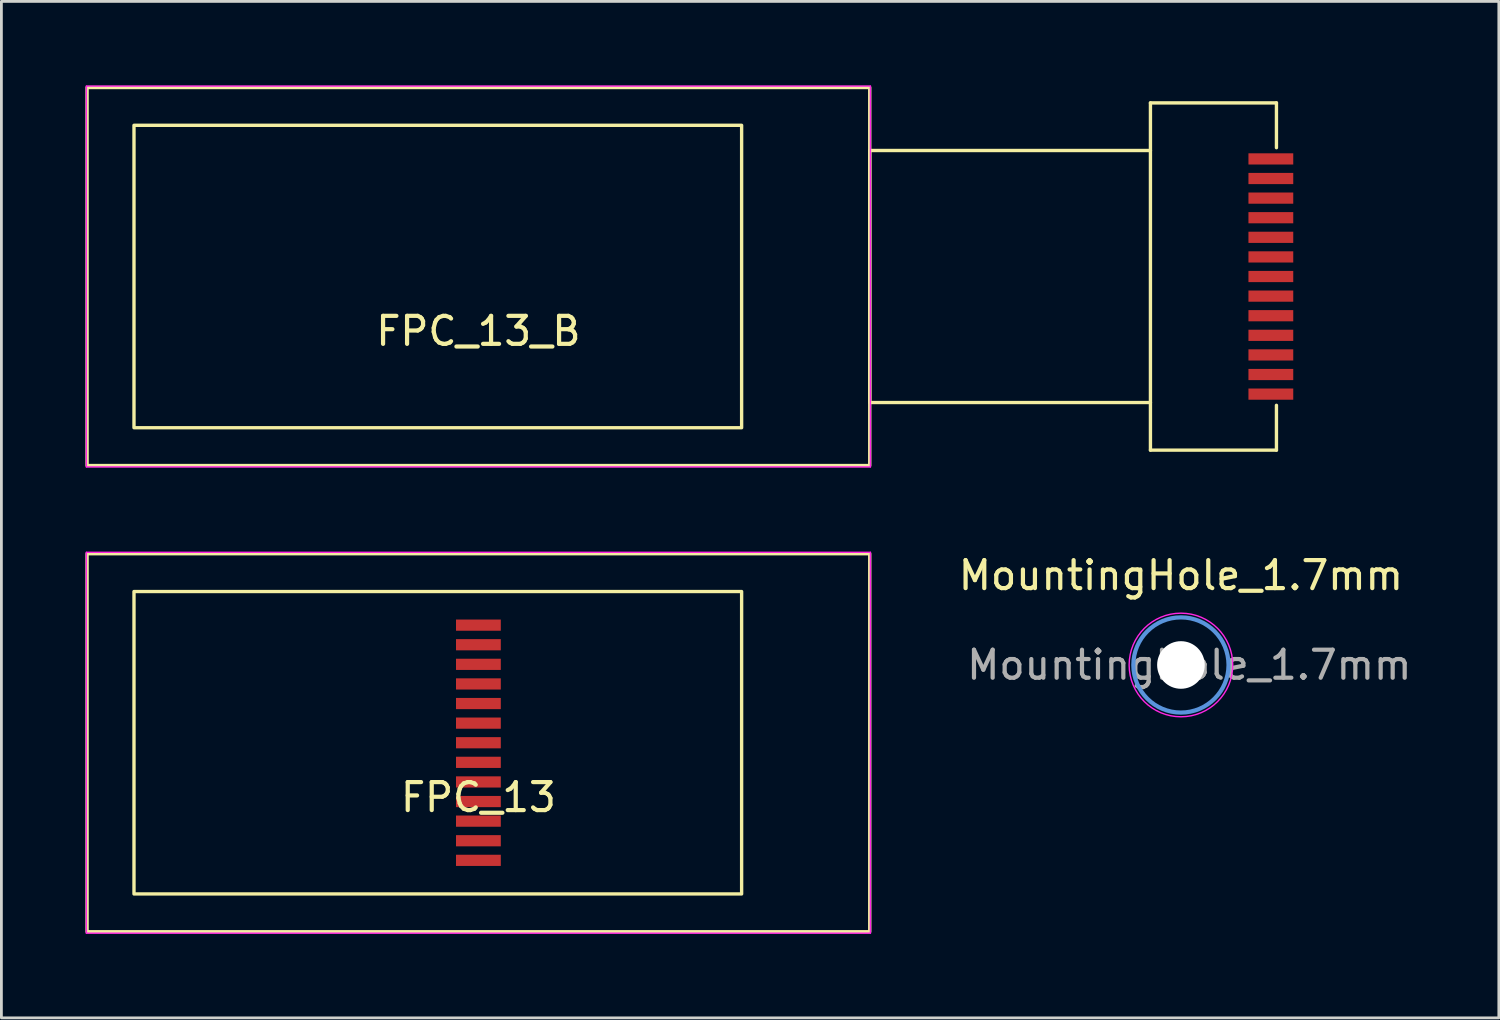
<source format=kicad_pcb>
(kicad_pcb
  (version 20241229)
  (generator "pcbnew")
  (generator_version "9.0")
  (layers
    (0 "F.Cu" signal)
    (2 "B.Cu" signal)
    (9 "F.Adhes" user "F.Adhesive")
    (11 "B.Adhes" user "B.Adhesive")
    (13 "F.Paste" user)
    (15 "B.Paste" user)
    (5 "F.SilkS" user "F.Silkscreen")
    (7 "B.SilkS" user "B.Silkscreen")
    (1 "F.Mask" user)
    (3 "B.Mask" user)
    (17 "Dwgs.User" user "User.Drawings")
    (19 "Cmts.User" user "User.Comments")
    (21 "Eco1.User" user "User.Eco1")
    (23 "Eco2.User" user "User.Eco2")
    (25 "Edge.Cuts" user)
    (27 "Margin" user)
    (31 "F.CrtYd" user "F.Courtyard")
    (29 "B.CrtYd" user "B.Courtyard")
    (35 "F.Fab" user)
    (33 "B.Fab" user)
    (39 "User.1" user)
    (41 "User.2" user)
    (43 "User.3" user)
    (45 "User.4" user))
  (footprint "MountingHole_1.7mm"
    (layer "F.Cu")
    (at 39.124 20.698)
    (property "Reference" "MountingHole_1.7mm" (at 0 -3.2 0) (layer "F.SilkS") (effects (font (size 1 1) (thickness 0.15))))
    (attr exclude_from_pos_files exclude_from_bom)
    (fp_circle (center 0 0) (end 1.7 0) (stroke (width 0.15) (type solid)) (fill no) (layer "Cmts.User"))
    (fp_circle (center 0 0) (end 1.85 0) (stroke (width 0.05) (type solid)) (fill no) (layer "F.CrtYd"))
    (fp_text user "${REFERENCE}" (at 0.3 0 0) (layer "F.Fab") (effects (font (size 1 1) (thickness 0.15))))
    (pad "" np_thru_hole circle (at 0 0) (size 1.7 1.7) (drill 1.7) (layers "*.Cu" "*.Mask")))
  (footprint "FPC_13_B"
    (layer "F.Cu")
    (at 14.035 6.825)
    (property "Reference" "FPC_13_B" (at 0 1.95 0) (layer "F.SilkS") (effects (font (size 1 1) (thickness 0.15))))
    (attr through_hole)
    (fp_line (start 24 -6.2) (end 28.5 -6.2) (stroke (width 0.12) (type solid)) (layer "F.SilkS"))
    (fp_line (start 24 -4.5) (end 24 -6.2) (stroke (width 0.12) (type solid)) (layer "F.SilkS"))
    (fp_line (start 24 4.5) (end 24 6.2) (stroke (width 0.12) (type solid)) (layer "F.SilkS"))
    (fp_line (start 24 6.2) (end 28.5 6.2) (stroke (width 0.12) (type solid)) (layer "F.SilkS"))
    (fp_line (start 28.5 -6.2) (end 28.5 -4.6) (stroke (width 0.12) (type solid)) (layer "F.SilkS"))
    (fp_line (start 28.5 6.2) (end 28.5 4.6) (stroke (width 0.12) (type solid)) (layer "F.SilkS"))
    (fp_rect (start -13.975 -6.75) (end 13.975 6.75) (stroke (width 0.12) (type solid)) (fill no) (layer "F.SilkS"))
    (fp_rect (start -12.3 -5.4) (end 9.4 5.4) (stroke (width 0.12) (type solid)) (fill no) (layer "F.SilkS"))
    (fp_rect (start 13.975 -4.5) (end 24 4.5) (stroke (width 0.12) (type solid)) (fill no) (layer "F.SilkS"))
    (fp_line (start -14 -6.8) (end -14 6.8) (stroke (width 0.05) (type solid)) (layer "F.CrtYd"))
    (fp_line (start -14 -6.8) (end 14 -6.8) (stroke (width 0.05) (type solid)) (layer "F.CrtYd"))
    (fp_line (start -14 6.8) (end 14 6.8) (stroke (width 0.05) (type solid)) (layer "F.CrtYd"))
    (fp_line (start 14 -6.8) (end 14 6.8) (stroke (width 0.05) (type solid)) (layer "F.CrtYd"))
    (pad "1" smd rect (at 28.3 -4.2 270) (size 0.4 1.6) (layers "F.Cu" "F.Mask" "F.Paste"))
    (pad "2" smd rect (at 28.3 -3.5 270) (size 0.4 1.6) (layers "F.Cu" "F.Mask" "F.Paste"))
    (pad "3" smd rect (at 28.3 -2.8 270) (size 0.4 1.6) (layers "F.Cu" "F.Mask" "F.Paste"))
    (pad "4" smd rect (at 28.3 -2.1 270) (size 0.4 1.6) (layers "F.Cu" "F.Mask" "F.Paste"))
    (pad "5" smd rect (at 28.3 -1.4 270) (size 0.4 1.6) (layers "F.Cu" "F.Mask" "F.Paste"))
    (pad "6" smd rect (at 28.3 -0.7 270) (size 0.4 1.6) (layers "F.Cu" "F.Mask" "F.Paste"))
    (pad "7" smd rect (at 28.3 0 270) (size 0.4 1.6) (layers "F.Cu" "F.Mask" "F.Paste"))
    (pad "8" smd rect (at 28.3 0.7 270) (size 0.4 1.6) (layers "F.Cu" "F.Mask" "F.Paste"))
    (pad "9" smd rect (at 28.3 1.4 270) (size 0.4 1.6) (layers "F.Cu" "F.Mask" "F.Paste"))
    (pad "10" smd rect (at 28.3 2.1 270) (size 0.4 1.6) (layers "F.Cu" "F.Mask" "F.Paste"))
    (pad "11" smd rect (at 28.3 2.8 270) (size 0.4 1.6) (layers "F.Cu" "F.Mask" "F.Paste"))
    (pad "12" smd rect (at 28.3 3.5 270) (size 0.4 1.6) (layers "F.Cu" "F.Mask" "F.Paste"))
    (pad "13" smd rect (at 28.3 4.2 270) (size 0.4 1.6) (layers "F.Cu" "F.Mask" "F.Paste")))
  (footprint "FPC_13"
    (layer "F.Cu")
    (at 14.035 23.475)
    (property "Reference" "FPC_13" (at 0 1.95 0) (layer "F.SilkS") (effects (font (size 1 1) (thickness 0.15))))
    (attr through_hole)
    (fp_rect (start -13.975 -6.75) (end 13.975 6.75) (stroke (width 0.12) (type solid)) (fill no) (layer "F.SilkS"))
    (fp_rect (start -12.3 -5.4) (end 9.4 5.4) (stroke (width 0.12) (type solid)) (fill no) (layer "F.SilkS"))
    (fp_line (start -14 -6.8) (end -14 6.8) (stroke (width 0.05) (type solid)) (layer "F.CrtYd"))
    (fp_line (start -14 -6.8) (end 14 -6.8) (stroke (width 0.05) (type solid)) (layer "F.CrtYd"))
    (fp_line (start -14 6.8) (end 14 6.8) (stroke (width 0.05) (type solid)) (layer "F.CrtYd"))
    (fp_line (start 14 -6.8) (end 14 6.8) (stroke (width 0.05) (type solid)) (layer "F.CrtYd"))
    (pad "1" smd rect (at 0 -4.2 270) (size 0.4 1.6) (layers "F.Cu" "F.Mask" "F.Paste"))
    (pad "2" smd rect (at 0 -3.5 270) (size 0.4 1.6) (layers "F.Cu" "F.Mask" "F.Paste"))
    (pad "3" smd rect (at 0 -2.8 270) (size 0.4 1.6) (layers "F.Cu" "F.Mask" "F.Paste"))
    (pad "4" smd rect (at 0 -2.1 270) (size 0.4 1.6) (layers "F.Cu" "F.Mask" "F.Paste"))
    (pad "5" smd rect (at 0 -1.4 270) (size 0.4 1.6) (layers "F.Cu" "F.Mask" "F.Paste"))
    (pad "6" smd rect (at 0 -0.7 270) (size 0.4 1.6) (layers "F.Cu" "F.Mask" "F.Paste"))
    (pad "7" smd rect (at 0 0 270) (size 0.4 1.6) (layers "F.Cu" "F.Mask" "F.Paste"))
    (pad "8" smd rect (at 0 0.7 270) (size 0.4 1.6) (layers "F.Cu" "F.Mask" "F.Paste"))
    (pad "9" smd rect (at 0 1.4 270) (size 0.4 1.6) (layers "F.Cu" "F.Mask" "F.Paste"))
    (pad "10" smd rect (at 0 2.1 270) (size 0.4 1.6) (layers "F.Cu" "F.Mask" "F.Paste"))
    (pad "11" smd rect (at 0 2.8 270) (size 0.4 1.6) (layers "F.Cu" "F.Mask" "F.Paste"))
    (pad "12" smd rect (at 0 3.5 270) (size 0.4 1.6) (layers "F.Cu" "F.Mask" "F.Paste"))
    (pad "13" smd rect (at 0 4.2 270) (size 0.4 1.6) (layers "F.Cu" "F.Mask" "F.Paste")))
  (gr_rect
    (start -3 -3)
    (end 50.477 33.3)
    (stroke (width 0.1) (type default))
    (fill no)
    (layer "Edge.Cuts")))
</source>
